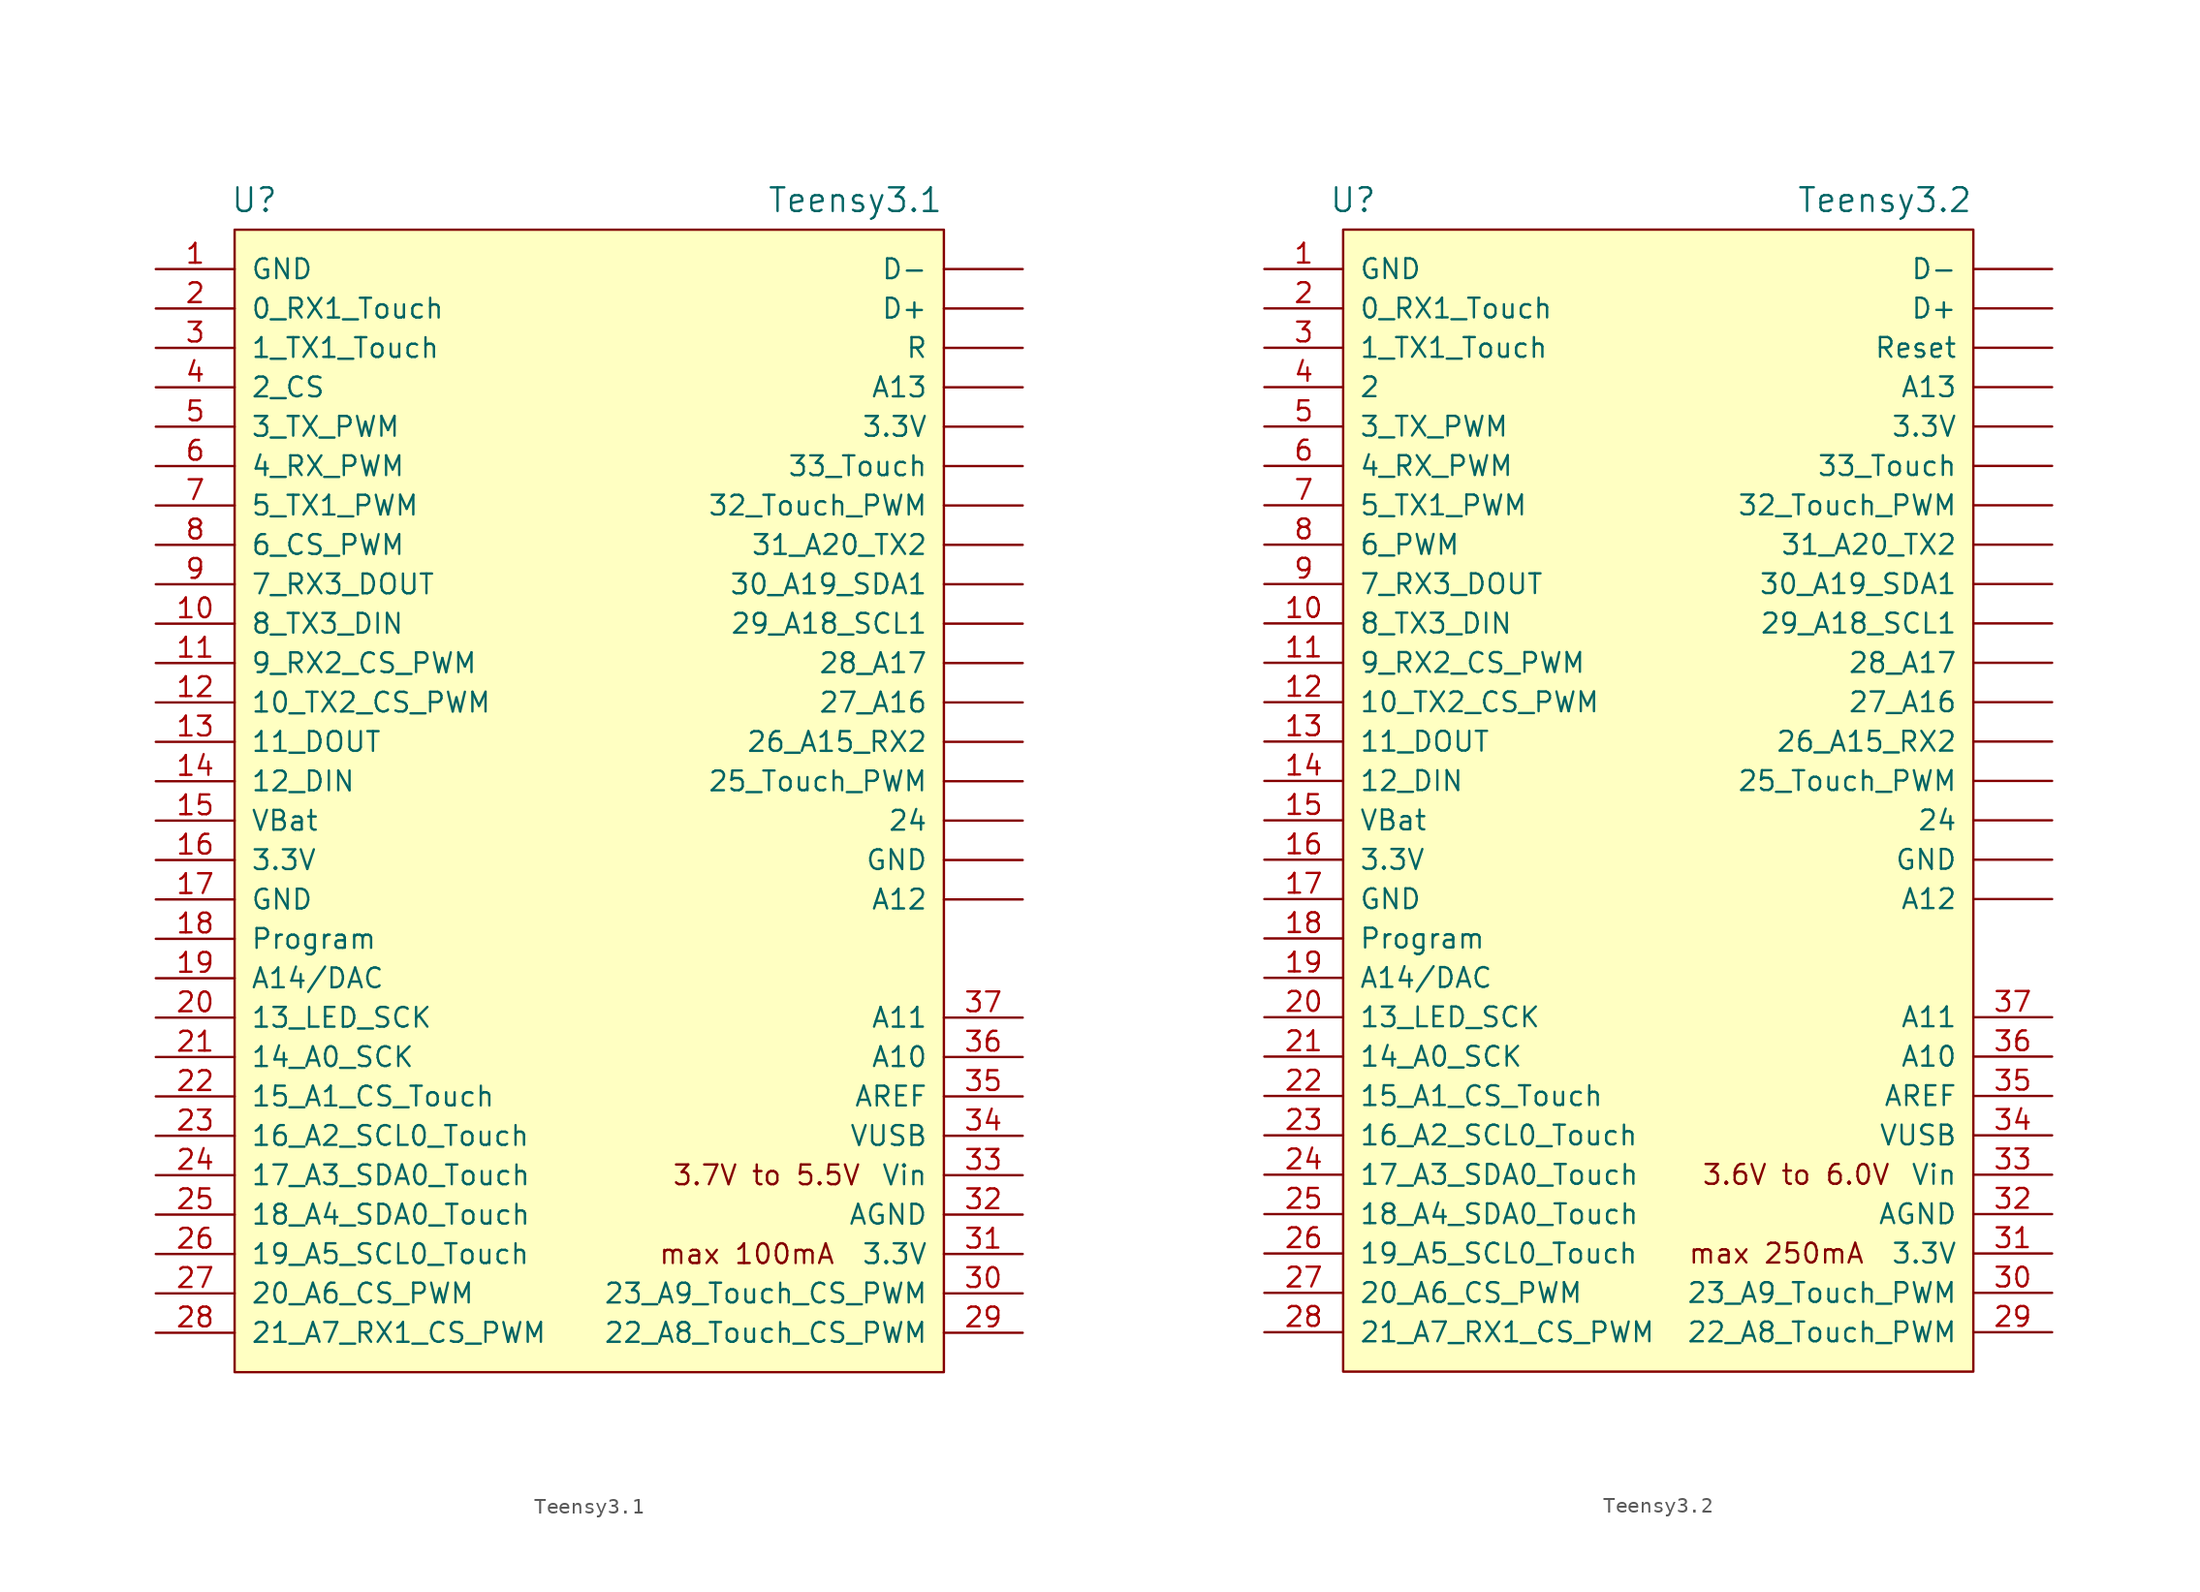
<source format=kicad_sym>
(kicad_symbol_lib
  (version 20211014)
  (generator kicad_symbol_editor)
  (symbol "Teensy3.1"
    (pin_names
      (offset 1.016))
    (property "Reference" "U"
      (at -21.59 38.735 0)
      (effects (font (size 1.524 1.524))))
    (property "Value" "Teensy3.1"
      (at 17.145 38.735 0)
      (effects (font (size 1.524 1.524))))
    (symbol "Teensy3.1_0_0"
      (text "3.7V to 5.5V" (at 11.43 -24.13 0) (effects (font (size 1.27 1.27))))
      (text "max 100mA" (at 10.16 -29.21 0) (effects (font (size 1.27 1.27)))))
    (symbol "Teensy3.1_0_1"
      (rectangle (start -22.86 36.83) (end 22.86 -36.83) (stroke (width 0) (type default) (color 0 0 0 0)) (fill (type background))))
    (symbol "Teensy3.1_1_1"
      (pin power_in line (at -27.94 34.29 0) (length 5.08) (name "GND" (effects (font (size 1.27 1.27)))) (number "1" (effects (font (size 1.27 1.27)))))
      (pin bidirectional line (at -27.94 11.43 0) (length 5.08) (name "8_TX3_DIN" (effects (font (size 1.27 1.27)))) (number "10" (effects (font (size 1.27 1.27)))))
      (pin bidirectional line (at -27.94 8.89 0) (length 5.08) (name "9_RX2_CS_PWM" (effects (font (size 1.27 1.27)))) (number "11" (effects (font (size 1.27 1.27)))))
      (pin bidirectional line (at -27.94 6.35 0) (length 5.08) (name "10_TX2_CS_PWM" (effects (font (size 1.27 1.27)))) (number "12" (effects (font (size 1.27 1.27)))))
      (pin bidirectional line (at -27.94 3.81 0) (length 5.08) (name "11_DOUT" (effects (font (size 1.27 1.27)))) (number "13" (effects (font (size 1.27 1.27)))))
      (pin bidirectional line (at -27.94 1.27 0) (length 5.08) (name "12_DIN" (effects (font (size 1.27 1.27)))) (number "14" (effects (font (size 1.27 1.27)))))
      (pin power_in line (at -27.94 -1.27 0) (length 5.08) (name "VBat" (effects (font (size 1.27 1.27)))) (number "15" (effects (font (size 1.27 1.27)))))
      (pin power_in line (at -27.94 -3.81 0) (length 5.08) (name "3.3V" (effects (font (size 1.27 1.27)))) (number "16" (effects (font (size 1.27 1.27)))))
      (pin power_in line (at -27.94 -6.35 0) (length 5.08) (name "GND" (effects (font (size 1.27 1.27)))) (number "17" (effects (font (size 1.27 1.27)))))
      (pin input line (at -27.94 -8.89 0) (length 5.08) (name "Program" (effects (font (size 1.27 1.27)))) (number "18" (effects (font (size 1.27 1.27)))))
      (pin bidirectional line (at -27.94 -11.43 0) (length 5.08) (name "A14/DAC" (effects (font (size 1.27 1.27)))) (number "19" (effects (font (size 1.27 1.27)))))
      (pin bidirectional line (at -27.94 31.75 0) (length 5.08) (name "0_RX1_Touch" (effects (font (size 1.27 1.27)))) (number "2" (effects (font (size 1.27 1.27)))))
      (pin bidirectional line (at -27.94 -13.97 0) (length 5.08) (name "13_LED_SCK" (effects (font (size 1.27 1.27)))) (number "20" (effects (font (size 1.27 1.27)))))
      (pin bidirectional line (at -27.94 -16.51 0) (length 5.08) (name "14_A0_SCK" (effects (font (size 1.27 1.27)))) (number "21" (effects (font (size 1.27 1.27)))))
      (pin bidirectional line (at -27.94 -19.05 0) (length 5.08) (name "15_A1_CS_Touch" (effects (font (size 1.27 1.27)))) (number "22" (effects (font (size 1.27 1.27)))))
      (pin bidirectional line (at -27.94 -21.59 0) (length 5.08) (name "16_A2_SCL0_Touch" (effects (font (size 1.27 1.27)))) (number "23" (effects (font (size 1.27 1.27)))))
      (pin bidirectional line (at -27.94 -24.13 0) (length 5.08) (name "17_A3_SDA0_Touch" (effects (font (size 1.27 1.27)))) (number "24" (effects (font (size 1.27 1.27)))))
      (pin bidirectional line (at -27.94 -26.67 0) (length 5.08) (name "18_A4_SDA0_Touch" (effects (font (size 1.27 1.27)))) (number "25" (effects (font (size 1.27 1.27)))))
      (pin bidirectional line (at -27.94 -29.21 0) (length 5.08) (name "19_A5_SCL0_Touch" (effects (font (size 1.27 1.27)))) (number "26" (effects (font (size 1.27 1.27)))))
      (pin bidirectional line (at -27.94 -31.75 0) (length 5.08) (name "20_A6_CS_PWM" (effects (font (size 1.27 1.27)))) (number "27" (effects (font (size 1.27 1.27)))))
      (pin bidirectional line (at -27.94 -34.29 0) (length 5.08) (name "21_A7_RX1_CS_PWM" (effects (font (size 1.27 1.27)))) (number "28" (effects (font (size 1.27 1.27)))))
      (pin bidirectional line (at 27.94 -34.29 180) (length 5.08) (name "22_A8_Touch_CS_PWM" (effects (font (size 1.27 1.27)))) (number "29" (effects (font (size 1.27 1.27)))))
      (pin bidirectional line (at -27.94 29.21 0) (length 5.08) (name "1_TX1_Touch" (effects (font (size 1.27 1.27)))) (number "3" (effects (font (size 1.27 1.27)))))
      (pin bidirectional line (at 27.94 -31.75 180) (length 5.08) (name "23_A9_Touch_CS_PWM" (effects (font (size 1.27 1.27)))) (number "30" (effects (font (size 1.27 1.27)))))
      (pin power_out line (at 27.94 -29.21 180) (length 5.08) (name "3.3V" (effects (font (size 1.27 1.27)))) (number "31" (effects (font (size 1.27 1.27)))))
      (pin power_out line (at 27.94 -26.67 180) (length 5.08) (name "AGND" (effects (font (size 1.27 1.27)))) (number "32" (effects (font (size 1.27 1.27)))))
      (pin power_in line (at 27.94 -24.13 180) (length 5.08) (name "Vin" (effects (font (size 1.27 1.27)))) (number "33" (effects (font (size 1.27 1.27)))))
      (pin power_in line (at 27.94 -21.59 180) (length 5.08) (name "VUSB" (effects (font (size 1.27 1.27)))) (number "34" (effects (font (size 1.27 1.27)))))
      (pin input line (at 27.94 -19.05 180) (length 5.08) (name "AREF" (effects (font (size 1.27 1.27)))) (number "35" (effects (font (size 1.27 1.27)))))
      (pin bidirectional line (at 27.94 -16.51 180) (length 5.08) (name "A10" (effects (font (size 1.27 1.27)))) (number "36" (effects (font (size 1.27 1.27)))))
      (pin bidirectional line (at 27.94 -13.97 180) (length 5.08) (name "A11" (effects (font (size 1.27 1.27)))) (number "37" (effects (font (size 1.27 1.27)))))
      (pin bidirectional line (at -27.94 26.67 0) (length 5.08) (name "2_CS" (effects (font (size 1.27 1.27)))) (number "4" (effects (font (size 1.27 1.27)))))
      (pin bidirectional line (at -27.94 24.13 0) (length 5.08) (name "3_TX_PWM" (effects (font (size 1.27 1.27)))) (number "5" (effects (font (size 1.27 1.27)))))
      (pin bidirectional line (at -27.94 21.59 0) (length 5.08) (name "4_RX_PWM" (effects (font (size 1.27 1.27)))) (number "6" (effects (font (size 1.27 1.27)))))
      (pin bidirectional line (at -27.94 19.05 0) (length 5.08) (name "5_TX1_PWM" (effects (font (size 1.27 1.27)))) (number "7" (effects (font (size 1.27 1.27)))))
      (pin bidirectional line (at -27.94 16.51 0) (length 5.08) (name "6_CS_PWM" (effects (font (size 1.27 1.27)))) (number "8" (effects (font (size 1.27 1.27)))))
      (pin bidirectional line (at -27.94 13.97 0) (length 5.08) (name "7_RX3_DOUT" (effects (font (size 1.27 1.27)))) (number "9" (effects (font (size 1.27 1.27)))))
      (pin bidirectional line (at 27.94 -1.27 180) (length 5.08) (name "24" (effects (font (size 1.27 1.27)))) (number "~" (effects (font (size 1.27 1.27)))))
      (pin bidirectional line (at 27.94 1.27 180) (length 5.08) (name "25_Touch_PWM" (effects (font (size 1.27 1.27)))) (number "~" (effects (font (size 1.27 1.27)))))
      (pin bidirectional line (at 27.94 3.81 180) (length 5.08) (name "26_A15_RX2" (effects (font (size 1.27 1.27)))) (number "~" (effects (font (size 1.27 1.27)))))
      (pin bidirectional line (at 27.94 6.35 180) (length 5.08) (name "27_A16" (effects (font (size 1.27 1.27)))) (number "~" (effects (font (size 1.27 1.27)))))
      (pin bidirectional line (at 27.94 8.89 180) (length 5.08) (name "28_A17" (effects (font (size 1.27 1.27)))) (number "~" (effects (font (size 1.27 1.27)))))
      (pin bidirectional line (at 27.94 11.43 180) (length 5.08) (name "29_A18_SCL1" (effects (font (size 1.27 1.27)))) (number "~" (effects (font (size 1.27 1.27)))))
      (pin power_in line (at 27.94 24.13 180) (length 5.08) (name "3.3V" (effects (font (size 1.27 1.27)))) (number "~" (effects (font (size 1.27 1.27)))))
      (pin bidirectional line (at 27.94 13.97 180) (length 5.08) (name "30_A19_SDA1" (effects (font (size 1.27 1.27)))) (number "~" (effects (font (size 1.27 1.27)))))
      (pin bidirectional line (at 27.94 16.51 180) (length 5.08) (name "31_A20_TX2" (effects (font (size 1.27 1.27)))) (number "~" (effects (font (size 1.27 1.27)))))
      (pin bidirectional line (at 27.94 19.05 180) (length 5.08) (name "32_Touch_PWM" (effects (font (size 1.27 1.27)))) (number "~" (effects (font (size 1.27 1.27)))))
      (pin bidirectional line (at 27.94 21.59 180) (length 5.08) (name "33_Touch" (effects (font (size 1.27 1.27)))) (number "~" (effects (font (size 1.27 1.27)))))
      (pin bidirectional line (at 27.94 -6.35 180) (length 5.08) (name "A12" (effects (font (size 1.27 1.27)))) (number "~" (effects (font (size 1.27 1.27)))))
      (pin bidirectional line (at 27.94 26.67 180) (length 5.08) (name "A13" (effects (font (size 1.27 1.27)))) (number "~" (effects (font (size 1.27 1.27)))))
      (pin bidirectional line (at 27.94 31.75 180) (length 5.08) (name "D+" (effects (font (size 1.27 1.27)))) (number "~" (effects (font (size 1.27 1.27)))))
      (pin bidirectional line (at 27.94 34.29 180) (length 5.08) (name "D-" (effects (font (size 1.27 1.27)))) (number "~" (effects (font (size 1.27 1.27)))))
      (pin power_in line (at 27.94 -3.81 180) (length 5.08) (name "GND" (effects (font (size 1.27 1.27)))) (number "~" (effects (font (size 1.27 1.27)))))
      (pin input line (at 27.94 29.21 180) (length 5.08) (name "R" (effects (font (size 1.27 1.27)))) (number "~" (effects (font (size 1.27 1.27)))))))
  (symbol "Teensy3.2"
    (pin_names
      (offset 1.016))
    (property "Reference" "U"
      (at -19.685 38.735 0)
      (effects (font (size 1.524 1.524))))
    (property "Value" "Teensy3.2"
      (at 14.605 38.735 0)
      (effects (font (size 1.524 1.524))))
    (symbol "Teensy3.2_0_0"
      (text "3.6V to 6.0V" (at 8.89 -24.13 0) (effects (font (size 1.27 1.27))))
      (text "max 250mA" (at 7.62 -29.21 0) (effects (font (size 1.27 1.27)))))
    (symbol "Teensy3.2_0_1"
      (rectangle (start -20.32 -36.83) (end 20.32 36.83) (stroke (width 0) (type default) (color 0 0 0 0)) (fill (type background))))
    (symbol "Teensy3.2_1_1"
      (pin power_in line (at -25.4 34.29 0) (length 5.08) (name "GND" (effects (font (size 1.27 1.27)))) (number "1" (effects (font (size 1.27 1.27)))))
      (pin bidirectional line (at -25.4 11.43 0) (length 5.08) (name "8_TX3_DIN" (effects (font (size 1.27 1.27)))) (number "10" (effects (font (size 1.27 1.27)))))
      (pin bidirectional line (at -25.4 8.89 0) (length 5.08) (name "9_RX2_CS_PWM" (effects (font (size 1.27 1.27)))) (number "11" (effects (font (size 1.27 1.27)))))
      (pin bidirectional line (at -25.4 6.35 0) (length 5.08) (name "10_TX2_CS_PWM" (effects (font (size 1.27 1.27)))) (number "12" (effects (font (size 1.27 1.27)))))
      (pin bidirectional line (at -25.4 3.81 0) (length 5.08) (name "11_DOUT" (effects (font (size 1.27 1.27)))) (number "13" (effects (font (size 1.27 1.27)))))
      (pin bidirectional line (at -25.4 1.27 0) (length 5.08) (name "12_DIN" (effects (font (size 1.27 1.27)))) (number "14" (effects (font (size 1.27 1.27)))))
      (pin power_in line (at -25.4 -1.27 0) (length 5.08) (name "VBat" (effects (font (size 1.27 1.27)))) (number "15" (effects (font (size 1.27 1.27)))))
      (pin power_out line (at -25.4 -3.81 0) (length 5.08) (name "3.3V" (effects (font (size 1.27 1.27)))) (number "16" (effects (font (size 1.27 1.27)))))
      (pin power_in line (at -25.4 -6.35 0) (length 5.08) (name "GND" (effects (font (size 1.27 1.27)))) (number "17" (effects (font (size 1.27 1.27)))))
      (pin input line (at -25.4 -8.89 0) (length 5.08) (name "Program" (effects (font (size 1.27 1.27)))) (number "18" (effects (font (size 1.27 1.27)))))
      (pin bidirectional line (at -25.4 -11.43 0) (length 5.08) (name "A14/DAC" (effects (font (size 1.27 1.27)))) (number "19" (effects (font (size 1.27 1.27)))))
      (pin bidirectional line (at -25.4 31.75 0) (length 5.08) (name "0_RX1_Touch" (effects (font (size 1.27 1.27)))) (number "2" (effects (font (size 1.27 1.27)))))
      (pin bidirectional line (at -25.4 -13.97 0) (length 5.08) (name "13_LED_SCK" (effects (font (size 1.27 1.27)))) (number "20" (effects (font (size 1.27 1.27)))))
      (pin bidirectional line (at -25.4 -16.51 0) (length 5.08) (name "14_A0_SCK" (effects (font (size 1.27 1.27)))) (number "21" (effects (font (size 1.27 1.27)))))
      (pin bidirectional line (at -25.4 -19.05 0) (length 5.08) (name "15_A1_CS_Touch" (effects (font (size 1.27 1.27)))) (number "22" (effects (font (size 1.27 1.27)))))
      (pin bidirectional line (at -25.4 -21.59 0) (length 5.08) (name "16_A2_SCL0_Touch" (effects (font (size 1.27 1.27)))) (number "23" (effects (font (size 1.27 1.27)))))
      (pin bidirectional line (at -25.4 -24.13 0) (length 5.08) (name "17_A3_SDA0_Touch" (effects (font (size 1.27 1.27)))) (number "24" (effects (font (size 1.27 1.27)))))
      (pin bidirectional line (at -25.4 -26.67 0) (length 5.08) (name "18_A4_SDA0_Touch" (effects (font (size 1.27 1.27)))) (number "25" (effects (font (size 1.27 1.27)))))
      (pin bidirectional line (at -25.4 -29.21 0) (length 5.08) (name "19_A5_SCL0_Touch" (effects (font (size 1.27 1.27)))) (number "26" (effects (font (size 1.27 1.27)))))
      (pin bidirectional line (at -25.4 -31.75 0) (length 5.08) (name "20_A6_CS_PWM" (effects (font (size 1.27 1.27)))) (number "27" (effects (font (size 1.27 1.27)))))
      (pin bidirectional line (at -25.4 -34.29 0) (length 5.08) (name "21_A7_RX1_CS_PWM" (effects (font (size 1.27 1.27)))) (number "28" (effects (font (size 1.27 1.27)))))
      (pin bidirectional line (at 25.4 -34.29 180) (length 5.08) (name "22_A8_Touch_PWM" (effects (font (size 1.27 1.27)))) (number "29" (effects (font (size 1.27 1.27)))))
      (pin bidirectional line (at -25.4 29.21 0) (length 5.08) (name "1_TX1_Touch" (effects (font (size 1.27 1.27)))) (number "3" (effects (font (size 1.27 1.27)))))
      (pin bidirectional line (at 25.4 -31.75 180) (length 5.08) (name "23_A9_Touch_PWM" (effects (font (size 1.27 1.27)))) (number "30" (effects (font (size 1.27 1.27)))))
      (pin power_out line (at 25.4 -29.21 180) (length 5.08) (name "3.3V" (effects (font (size 1.27 1.27)))) (number "31" (effects (font (size 1.27 1.27)))))
      (pin power_out line (at 25.4 -26.67 180) (length 5.08) (name "AGND" (effects (font (size 1.27 1.27)))) (number "32" (effects (font (size 1.27 1.27)))))
      (pin power_in line (at 25.4 -24.13 180) (length 5.08) (name "Vin" (effects (font (size 1.27 1.27)))) (number "33" (effects (font (size 1.27 1.27)))))
      (pin power_in line (at 25.4 -21.59 180) (length 5.08) (name "VUSB" (effects (font (size 1.27 1.27)))) (number "34" (effects (font (size 1.27 1.27)))))
      (pin input line (at 25.4 -19.05 180) (length 5.08) (name "AREF" (effects (font (size 1.27 1.27)))) (number "35" (effects (font (size 1.27 1.27)))))
      (pin bidirectional line (at 25.4 -16.51 180) (length 5.08) (name "A10" (effects (font (size 1.27 1.27)))) (number "36" (effects (font (size 1.27 1.27)))))
      (pin bidirectional line (at 25.4 -13.97 180) (length 5.08) (name "A11" (effects (font (size 1.27 1.27)))) (number "37" (effects (font (size 1.27 1.27)))))
      (pin bidirectional line (at -25.4 26.67 0) (length 5.08) (name "2" (effects (font (size 1.27 1.27)))) (number "4" (effects (font (size 1.27 1.27)))))
      (pin bidirectional line (at -25.4 24.13 0) (length 5.08) (name "3_TX_PWM" (effects (font (size 1.27 1.27)))) (number "5" (effects (font (size 1.27 1.27)))))
      (pin bidirectional line (at -25.4 21.59 0) (length 5.08) (name "4_RX_PWM" (effects (font (size 1.27 1.27)))) (number "6" (effects (font (size 1.27 1.27)))))
      (pin bidirectional line (at -25.4 19.05 0) (length 5.08) (name "5_TX1_PWM" (effects (font (size 1.27 1.27)))) (number "7" (effects (font (size 1.27 1.27)))))
      (pin bidirectional line (at -25.4 16.51 0) (length 5.08) (name "6_PWM" (effects (font (size 1.27 1.27)))) (number "8" (effects (font (size 1.27 1.27)))))
      (pin bidirectional line (at -25.4 13.97 0) (length 5.08) (name "7_RX3_DOUT" (effects (font (size 1.27 1.27)))) (number "9" (effects (font (size 1.27 1.27)))))
      (pin bidirectional line (at 25.4 -1.27 180) (length 5.08) (name "24" (effects (font (size 1.27 1.27)))) (number "~" (effects (font (size 1.27 1.27)))))
      (pin bidirectional line (at 25.4 1.27 180) (length 5.08) (name "25_Touch_PWM" (effects (font (size 1.27 1.27)))) (number "~" (effects (font (size 1.27 1.27)))))
      (pin bidirectional line (at 25.4 3.81 180) (length 5.08) (name "26_A15_RX2" (effects (font (size 1.27 1.27)))) (number "~" (effects (font (size 1.27 1.27)))))
      (pin bidirectional line (at 25.4 6.35 180) (length 5.08) (name "27_A16" (effects (font (size 1.27 1.27)))) (number "~" (effects (font (size 1.27 1.27)))))
      (pin bidirectional line (at 25.4 8.89 180) (length 5.08) (name "28_A17" (effects (font (size 1.27 1.27)))) (number "~" (effects (font (size 1.27 1.27)))))
      (pin bidirectional line (at 25.4 11.43 180) (length 5.08) (name "29_A18_SCL1" (effects (font (size 1.27 1.27)))) (number "~" (effects (font (size 1.27 1.27)))))
      (pin power_out line (at 25.4 24.13 180) (length 5.08) (name "3.3V" (effects (font (size 1.27 1.27)))) (number "~" (effects (font (size 1.27 1.27)))))
      (pin bidirectional line (at 25.4 13.97 180) (length 5.08) (name "30_A19_SDA1" (effects (font (size 1.27 1.27)))) (number "~" (effects (font (size 1.27 1.27)))))
      (pin bidirectional line (at 25.4 16.51 180) (length 5.08) (name "31_A20_TX2" (effects (font (size 1.27 1.27)))) (number "~" (effects (font (size 1.27 1.27)))))
      (pin bidirectional line (at 25.4 19.05 180) (length 5.08) (name "32_Touch_PWM" (effects (font (size 1.27 1.27)))) (number "~" (effects (font (size 1.27 1.27)))))
      (pin bidirectional line (at 25.4 21.59 180) (length 5.08) (name "33_Touch" (effects (font (size 1.27 1.27)))) (number "~" (effects (font (size 1.27 1.27)))))
      (pin bidirectional line (at 25.4 -6.35 180) (length 5.08) (name "A12" (effects (font (size 1.27 1.27)))) (number "~" (effects (font (size 1.27 1.27)))))
      (pin bidirectional line (at 25.4 26.67 180) (length 5.08) (name "A13" (effects (font (size 1.27 1.27)))) (number "~" (effects (font (size 1.27 1.27)))))
      (pin bidirectional line (at 25.4 31.75 180) (length 5.08) (name "D+" (effects (font (size 1.27 1.27)))) (number "~" (effects (font (size 1.27 1.27)))))
      (pin bidirectional line (at 25.4 34.29 180) (length 5.08) (name "D-" (effects (font (size 1.27 1.27)))) (number "~" (effects (font (size 1.27 1.27)))))
      (pin power_in line (at 25.4 -3.81 180) (length 5.08) (name "GND" (effects (font (size 1.27 1.27)))) (number "~" (effects (font (size 1.27 1.27)))))
      (pin input line (at 25.4 29.21 180) (length 5.08) (name "Reset" (effects (font (size 1.27 1.27)))) (number "~" (effects (font (size 1.27 1.27))))))))
</source>
